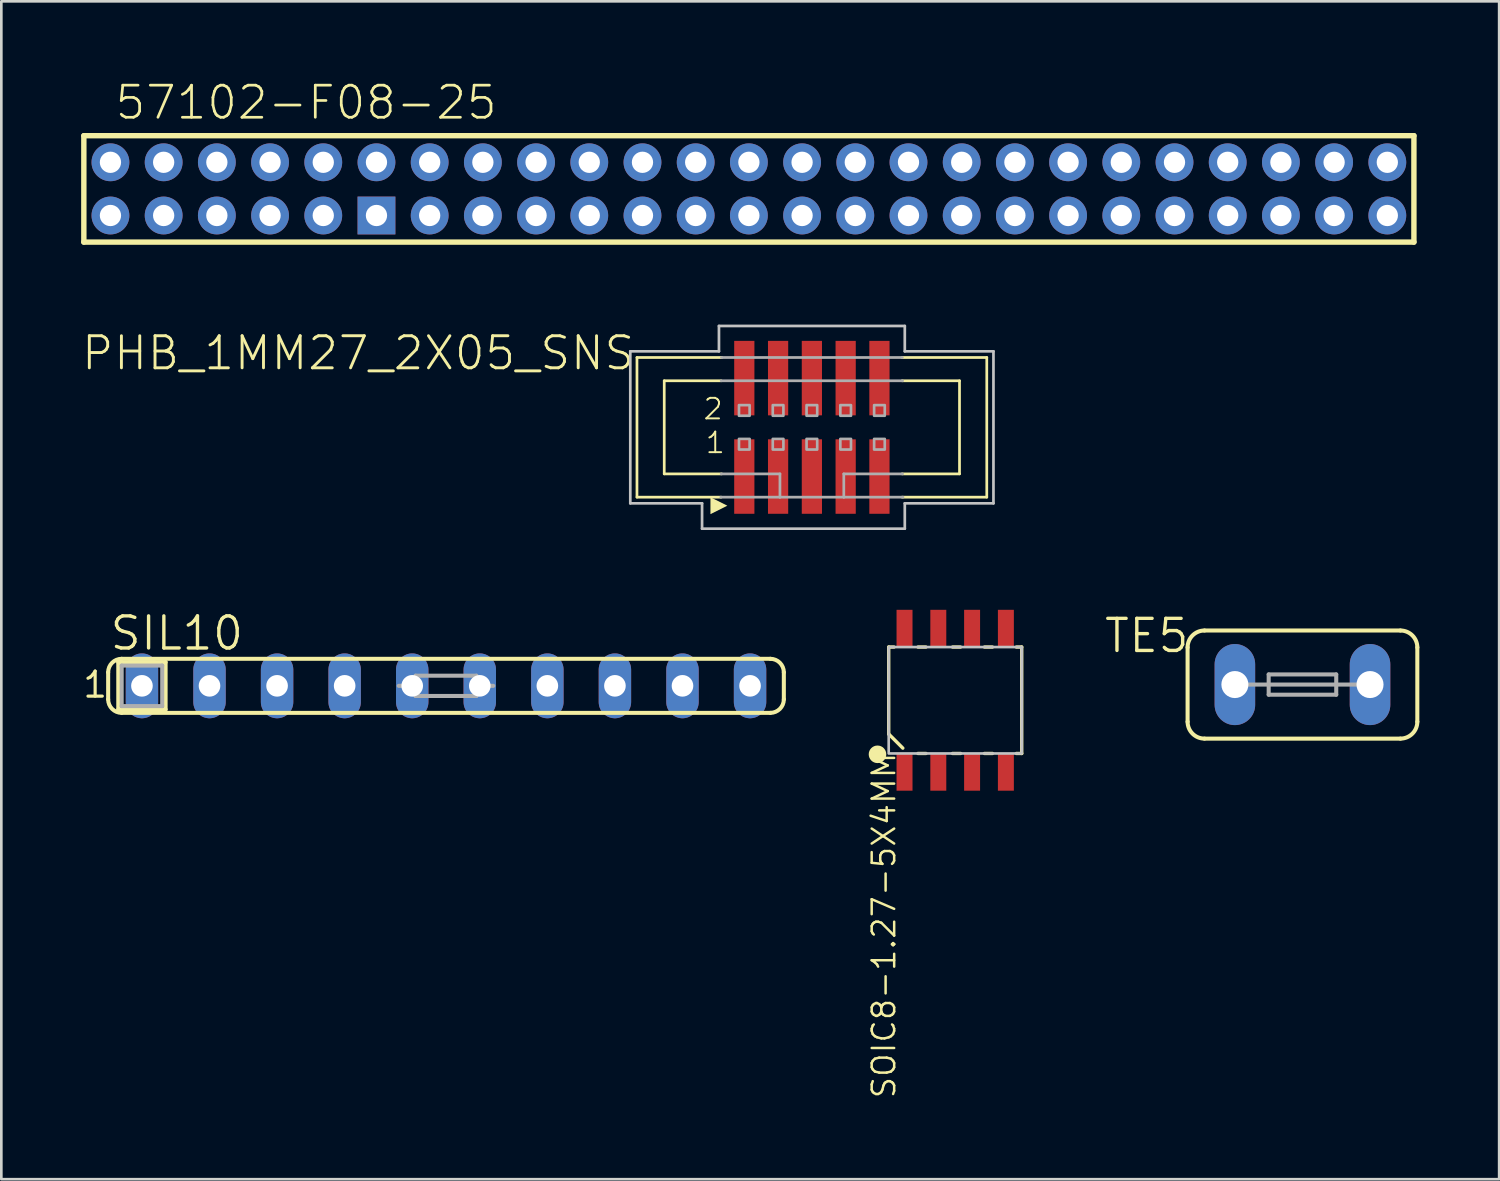
<source format=kicad_pcb>
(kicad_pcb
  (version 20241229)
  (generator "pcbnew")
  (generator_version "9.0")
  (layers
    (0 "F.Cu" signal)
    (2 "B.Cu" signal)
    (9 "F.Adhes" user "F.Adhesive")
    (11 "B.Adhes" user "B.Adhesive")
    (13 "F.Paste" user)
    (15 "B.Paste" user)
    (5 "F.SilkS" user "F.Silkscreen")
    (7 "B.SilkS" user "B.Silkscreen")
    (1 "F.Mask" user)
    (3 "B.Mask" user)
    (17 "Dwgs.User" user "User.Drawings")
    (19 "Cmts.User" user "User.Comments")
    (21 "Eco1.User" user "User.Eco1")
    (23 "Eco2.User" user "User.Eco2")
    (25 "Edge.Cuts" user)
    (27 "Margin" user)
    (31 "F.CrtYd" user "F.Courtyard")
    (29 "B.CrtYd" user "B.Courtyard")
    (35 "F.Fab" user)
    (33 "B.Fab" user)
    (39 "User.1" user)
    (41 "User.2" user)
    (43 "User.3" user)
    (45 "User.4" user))
  (footprint "SIL10"
    (layer "F.Cu")
    (at 13.716 22.732)
    (property "Reference" "SIL10" (at -12.7 -1.27 0) (layer "F.SilkS") (effects (font (size 1.206 1.206) (thickness 0.127)) (justify left bottom)))
    (attr through_hole)
    (fp_line (start -12.7 0.508) (end -12.7 -0.508) (stroke (width 0.152) (type solid)) (layer "F.SilkS"))
    (fp_line (start -12.319 -0.889) (end -10.541 -0.889) (stroke (width 0.152) (type solid)) (layer "F.SilkS"))
    (fp_line (start -12.319 0.889) (end -12.319 -0.889) (stroke (width 0.152) (type solid)) (layer "F.SilkS"))
    (fp_line (start -12.192 1.016) (end 12.192 1.016) (stroke (width 0.152) (type solid)) (layer "F.SilkS"))
    (fp_line (start -10.541 -0.889) (end -10.541 0.889) (stroke (width 0.152) (type solid)) (layer "F.SilkS"))
    (fp_line (start -10.541 0.889) (end -12.319 0.889) (stroke (width 0.152) (type solid)) (layer "F.SilkS"))
    (fp_line (start 12.192 -1.016) (end -12.192 -1.016) (stroke (width 0.152) (type solid)) (layer "F.SilkS"))
    (fp_line (start 12.7 -0.508) (end 12.7 0.508) (stroke (width 0.152) (type solid)) (layer "F.SilkS"))
    (fp_arc (start -12.7 -0.508) (mid -12.55121 -0.86721) (end -12.191999 -1.015999) (stroke (width 0.1524) (type solid)) (layer "F.SilkS"))
    (fp_arc (start -12.191999 1.015999) (mid -12.55121 0.86721) (end -12.7 0.508) (stroke (width 0.1524) (type solid)) (layer "F.SilkS"))
    (fp_arc (start 12.192 -1.016) (mid 12.551211 -0.86721) (end 12.700001 -0.507999) (stroke (width 0.1524) (type solid)) (layer "F.SilkS"))
    (fp_arc (start 12.700001 0.507999) (mid 12.551211 0.86721) (end 12.192 1.016) (stroke (width 0.1524) (type solid)) (layer "F.SilkS"))
    (fp_line (start -12.192 -0.762) (end -10.668 -0.762) (stroke (width 0.152) (type solid)) (layer "F.Fab"))
    (fp_line (start -12.192 0.762) (end -12.192 -0.762) (stroke (width 0.152) (type solid)) (layer "F.Fab"))
    (fp_line (start -10.668 -0.762) (end -10.668 0.762) (stroke (width 0.152) (type solid)) (layer "F.Fab"))
    (fp_line (start -10.668 0.762) (end -12.192 0.762) (stroke (width 0.152) (type solid)) (layer "F.Fab"))
    (fp_line (start -1.778 0) (end -1.143 0) (stroke (width 0.152) (type solid)) (layer "F.Fab"))
    (fp_line (start -1.143 -0.381) (end 1.143 -0.381) (stroke (width 0.152) (type solid)) (layer "F.Fab"))
    (fp_line (start -1.143 0) (end -1.143 -0.381) (stroke (width 0.152) (type solid)) (layer "F.Fab"))
    (fp_line (start -1.143 0.381) (end -1.143 0) (stroke (width 0.152) (type solid)) (layer "F.Fab"))
    (fp_line (start 1.143 -0.381) (end 1.143 0) (stroke (width 0.152) (type solid)) (layer "F.Fab"))
    (fp_line (start 1.143 0) (end 1.143 0.381) (stroke (width 0.152) (type solid)) (layer "F.Fab"))
    (fp_line (start 1.143 0.381) (end -1.143 0.381) (stroke (width 0.152) (type solid)) (layer "F.Fab"))
    (fp_line (start 1.778 0) (end 1.143 0) (stroke (width 0.152) (type solid)) (layer "F.Fab"))
    (fp_text user "1" (at -13.716 0.508 0) (layer "F.SilkS") (effects (font (size 0.941 0.941) (thickness 0.119)) (justify left bottom)))
    (pad "1" thru_hole oval (at -11.43 0 90) (size 2.438 1.219) (drill 0.813) (layers "*.Cu" "*.Mask"))
    (pad "2" thru_hole oval (at -8.89 0 90) (size 2.438 1.219) (drill 0.813) (layers "*.Cu" "*.Mask"))
    (pad "3" thru_hole oval (at -6.35 0 90) (size 2.438 1.219) (drill 0.813) (layers "*.Cu" "*.Mask"))
    (pad "4" thru_hole oval (at -3.81 0 90) (size 2.438 1.219) (drill 0.813) (layers "*.Cu" "*.Mask"))
    (pad "5" thru_hole oval (at -1.27 0 90) (size 2.438 1.219) (drill 0.813) (layers "*.Cu" "*.Mask"))
    (pad "6" thru_hole oval (at 1.27 0 90) (size 2.438 1.219) (drill 0.813) (layers "*.Cu" "*.Mask"))
    (pad "7" thru_hole oval (at 3.81 0 90) (size 2.438 1.219) (drill 0.813) (layers "*.Cu" "*.Mask"))
    (pad "8" thru_hole oval (at 6.35 0 90) (size 2.438 1.219) (drill 0.813) (layers "*.Cu" "*.Mask"))
    (pad "9" thru_hole oval (at 8.89 0 90) (size 2.438 1.219) (drill 0.813) (layers "*.Cu" "*.Mask"))
    (pad "10" thru_hole oval (at 11.43 0 90) (size 2.438 1.219) (drill 0.813) (layers "*.Cu" "*.Mask")))
  (footprint "PHB_1MM27_2X05_SNS"
    (layer "F.Cu")
    (at 27.47 13.014)
    (property "Reference" "PHB_1MM27_2X05_SNS" (at -6.588 -3.495 180) (layer "F.SilkS") (effects (font (size 1.206 1.206) (thickness 0.109)) (justify right top)))
    (attr through_hole)
    (fp_line (start -6.575 -2.625) (end -6.575 2.625) (stroke (width 0.102) (type solid)) (layer "F.SilkS"))
    (fp_line (start -6.575 2.625) (end -3.41 2.625) (stroke (width 0.102) (type solid)) (layer "F.SilkS"))
    (fp_line (start -5.55 -1.75) (end -5.55 1.75) (stroke (width 0.102) (type solid)) (layer "F.SilkS"))
    (fp_line (start -5.55 1.75) (end -3.39 1.75) (stroke (width 0.102) (type solid)) (layer "F.SilkS"))
    (fp_line (start -3.41 -1.75) (end -5.55 -1.75) (stroke (width 0.102) (type solid)) (layer "F.SilkS"))
    (fp_line (start -3.385 -2.625) (end -6.575 -2.625) (stroke (width 0.102) (type solid)) (layer "F.SilkS"))
    (fp_line (start 3.39 1.75) (end 5.55 1.75) (stroke (width 0.102) (type solid)) (layer "F.SilkS"))
    (fp_line (start 3.39 2.625) (end 6.575 2.625) (stroke (width 0.102) (type solid)) (layer "F.SilkS"))
    (fp_line (start 5.55 -1.75) (end 3.39 -1.75) (stroke (width 0.102) (type solid)) (layer "F.SilkS"))
    (fp_line (start 5.55 1.75) (end 5.55 -1.75) (stroke (width 0.102) (type solid)) (layer "F.SilkS"))
    (fp_line (start 6.575 -2.625) (end 3.385 -2.625) (stroke (width 0.102) (type solid)) (layer "F.SilkS"))
    (fp_line (start 6.575 2.625) (end 6.575 -2.625) (stroke (width 0.102) (type solid)) (layer "F.SilkS"))
    (fp_poly (pts (xy -3.178 2.946) (xy -3.813 2.629) (xy -3.813 3.264)) (stroke (width 0) (type solid)) (fill yes) (layer "F.SilkS"))
    (fp_line (start -6.826 -2.857) (end -3.493 -2.857) (stroke (width 0.102) (type solid)) (layer "Dwgs.User"))
    (fp_line (start -6.826 2.857) (end -6.826 -2.857) (stroke (width 0.102) (type solid)) (layer "Dwgs.User"))
    (fp_line (start -4.128 2.857) (end -6.826 2.857) (stroke (width 0.102) (type solid)) (layer "Dwgs.User"))
    (fp_line (start -4.128 3.81) (end -4.128 2.857) (stroke (width 0.102) (type solid)) (layer "Dwgs.User"))
    (fp_line (start -3.493 -3.81) (end 3.493 -3.81) (stroke (width 0.102) (type solid)) (layer "Dwgs.User"))
    (fp_line (start -3.493 -2.857) (end -3.493 -3.81) (stroke (width 0.102) (type solid)) (layer "Dwgs.User"))
    (fp_line (start 3.493 -3.81) (end 3.493 -2.857) (stroke (width 0.102) (type solid)) (layer "Dwgs.User"))
    (fp_line (start 3.493 -2.857) (end 6.826 -2.857) (stroke (width 0.102) (type solid)) (layer "Dwgs.User"))
    (fp_line (start 3.493 2.857) (end 3.493 3.81) (stroke (width 0.102) (type solid)) (layer "Dwgs.User"))
    (fp_line (start 3.493 3.81) (end -4.128 3.81) (stroke (width 0.102) (type solid)) (layer "Dwgs.User"))
    (fp_line (start 6.826 -2.857) (end 6.826 2.857) (stroke (width 0.102) (type solid)) (layer "Dwgs.User"))
    (fp_line (start 6.826 2.857) (end 3.493 2.857) (stroke (width 0.102) (type solid)) (layer "Dwgs.User"))
    (fp_line (start -3.425 2.625) (end -1.2 2.625) (stroke (width 0.102) (type solid)) (layer "F.Fab"))
    (fp_line (start -3.41 1.75) (end -1.2 1.75) (stroke (width 0.102) (type solid)) (layer "F.Fab"))
    (fp_line (start -1.2 1.75) (end -1.2 2.625) (stroke (width 0.102) (type solid)) (layer "F.Fab"))
    (fp_line (start -1.2 2.625) (end 1.2 2.625) (stroke (width 0.102) (type solid)) (layer "F.Fab"))
    (fp_line (start 1.2 1.75) (end 3.41 1.75) (stroke (width 0.102) (type solid)) (layer "F.Fab"))
    (fp_line (start 1.2 2.625) (end 1.2 1.75) (stroke (width 0.102) (type solid)) (layer "F.Fab"))
    (fp_line (start 1.2 2.625) (end 3.425 2.625) (stroke (width 0.102) (type solid)) (layer "F.Fab"))
    (fp_line (start 3.4 -2.625) (end -3.4 -2.625) (stroke (width 0.102) (type solid)) (layer "F.Fab"))
    (fp_line (start 3.41 -1.75) (end -3.41 -1.75) (stroke (width 0.102) (type solid)) (layer "F.Fab"))
    (fp_poly (pts (xy -2.74 -0.435) (xy -2.34 -0.435) (xy -2.34 -0.835) (xy -2.74 -0.835)) (stroke (width 0.1) (type solid)) (fill no) (layer "F.Fab"))
    (fp_poly (pts (xy -2.74 0.835) (xy -2.34 0.835) (xy -2.34 0.435) (xy -2.74 0.435)) (stroke (width 0.1) (type solid)) (fill no) (layer "F.Fab"))
    (fp_poly (pts (xy -1.47 -0.435) (xy -1.07 -0.435) (xy -1.07 -0.835) (xy -1.47 -0.835)) (stroke (width 0.1) (type solid)) (fill no) (layer "F.Fab"))
    (fp_poly (pts (xy -1.47 0.835) (xy -1.07 0.835) (xy -1.07 0.435) (xy -1.47 0.435)) (stroke (width 0.1) (type solid)) (fill no) (layer "F.Fab"))
    (fp_poly (pts (xy -0.2 -0.435) (xy 0.2 -0.435) (xy 0.2 -0.835) (xy -0.2 -0.835)) (stroke (width 0.1) (type solid)) (fill no) (layer "F.Fab"))
    (fp_poly (pts (xy -0.2 0.835) (xy 0.2 0.835) (xy 0.2 0.435) (xy -0.2 0.435)) (stroke (width 0.1) (type solid)) (fill no) (layer "F.Fab"))
    (fp_poly (pts (xy 1.07 -0.435) (xy 1.47 -0.435) (xy 1.47 -0.835) (xy 1.07 -0.835)) (stroke (width 0.1) (type solid)) (fill no) (layer "F.Fab"))
    (fp_poly (pts (xy 1.07 0.835) (xy 1.47 0.835) (xy 1.47 0.435) (xy 1.07 0.435)) (stroke (width 0.1) (type solid)) (fill no) (layer "F.Fab"))
    (fp_poly (pts (xy 2.34 -0.435) (xy 2.74 -0.435) (xy 2.74 -0.835) (xy 2.34 -0.835)) (stroke (width 0.1) (type solid)) (fill no) (layer "F.Fab"))
    (fp_poly (pts (xy 2.34 0.835) (xy 2.74 0.835) (xy 2.74 0.435) (xy 2.34 0.435)) (stroke (width 0.1) (type solid)) (fill no) (layer "F.Fab"))
    (fp_text user "2" (at -4.128 -0.238 0) (layer "F.SilkS") (effects (font (size 0.772 0.772) (thickness 0.073)) (justify left bottom)))
    (fp_text user "1" (at -4.048 1.032 0) (layer "F.SilkS") (effects (font (size 0.772 0.772) (thickness 0.073)) (justify left bottom)))
    (pad "1" smd rect (at -2.54 1.85) (size 0.76 2.8) (layers "F.Cu" "F.Mask" "F.Paste"))
    (pad "2" smd rect (at -2.54 -1.85) (size 0.76 2.8) (layers "F.Cu" "F.Mask" "F.Paste"))
    (pad "3" smd rect (at -1.27 1.85) (size 0.76 2.8) (layers "F.Cu" "F.Mask" "F.Paste"))
    (pad "4" smd rect (at -1.27 -1.85) (size 0.76 2.8) (layers "F.Cu" "F.Mask" "F.Paste"))
    (pad "5" smd rect (at 0 1.85) (size 0.76 2.8) (layers "F.Cu" "F.Mask" "F.Paste"))
    (pad "6" smd rect (at 0 -1.85) (size 0.76 2.8) (layers "F.Cu" "F.Mask" "F.Paste"))
    (pad "7" smd rect (at 1.27 1.85) (size 0.76 2.8) (layers "F.Cu" "F.Mask" "F.Paste"))
    (pad "8" smd rect (at 1.27 -1.85) (size 0.76 2.8) (layers "F.Cu" "F.Mask" "F.Paste"))
    (pad "9" smd rect (at 2.54 1.85) (size 0.76 2.8) (layers "F.Cu" "F.Mask" "F.Paste"))
    (pad "10" smd rect (at 2.54 -1.85) (size 0.76 2.8) (layers "F.Cu" "F.Mask" "F.Paste")))
  (footprint "TE5"
    (layer "F.Cu")
    (at 45.912 22.684)
    (property "Reference" "TE5" (at -4.191 -2.54 0) (layer "F.SilkS") (effects (font (size 1.206 1.206) (thickness 0.127)) (justify right top)))
    (attr through_hole)
    (fp_line (start -4.318 -1.397) (end -4.318 1.397) (stroke (width 0.152) (type solid)) (layer "F.SilkS"))
    (fp_line (start -3.683 2.032) (end 3.683 2.032) (stroke (width 0.152) (type solid)) (layer "F.SilkS"))
    (fp_line (start 3.683 -2.032) (end -3.683 -2.032) (stroke (width 0.152) (type solid)) (layer "F.SilkS"))
    (fp_line (start 4.318 1.397) (end 4.318 -1.397) (stroke (width 0.152) (type solid)) (layer "F.SilkS"))
    (fp_arc (start -4.318 -1.397) (mid -4.132013 -1.846013) (end -3.683 -2.032) (stroke (width 0.1524) (type solid)) (layer "F.SilkS"))
    (fp_arc (start -3.683 2.032) (mid -4.132013 1.846013) (end -4.318 1.397) (stroke (width 0.1524) (type solid)) (layer "F.SilkS"))
    (fp_arc (start 3.683 -2.032) (mid 4.132013 -1.846013) (end 4.318 -1.397) (stroke (width 0.1524) (type solid)) (layer "F.SilkS"))
    (fp_arc (start 4.318 1.397) (mid 4.132013 1.846013) (end 3.683 2.032) (stroke (width 0.1524) (type solid)) (layer "F.SilkS"))
    (fp_line (start -2.159 0) (end 2.159 0) (stroke (width 0.152) (type solid)) (layer "F.Fab"))
    (fp_line (start -1.27 -0.381) (end -1.27 0.381) (stroke (width 0.152) (type solid)) (layer "F.Fab"))
    (fp_line (start -1.27 0.381) (end 1.27 0.381) (stroke (width 0.152) (type solid)) (layer "F.Fab"))
    (fp_line (start 1.27 -0.381) (end -1.27 -0.381) (stroke (width 0.152) (type solid)) (layer "F.Fab"))
    (fp_line (start 1.27 -0.381) (end 1.27 0.381) (stroke (width 0.152) (type solid)) (layer "F.Fab"))
    (pad "1" thru_hole oval (at -2.54 0 90) (size 3.048 1.524) (drill 1.016) (layers "*.Cu" "*.Mask"))
    (pad "2" thru_hole oval (at 2.54 0 90) (size 3.048 1.524) (drill 1.016) (layers "*.Cu" "*.Mask")))
  (footprint "57102-F08-25"
    (layer "F.Cu")
    (at 10.102 4.051)
    (property "Reference" "57102-F08-25" (at -8.89 -2.54 0) (layer "F.SilkS") (effects (font (size 1.206 1.206) (thickness 0.102)) (justify left bottom)))
    (attr through_hole)
    (fp_line (start -10 -2) (end 40 -2) (stroke (width 0.203) (type solid)) (layer "F.SilkS"))
    (fp_line (start -10 2) (end -10 -2) (stroke (width 0.203) (type solid)) (layer "F.SilkS"))
    (fp_line (start 40 -2) (end 40 2) (stroke (width 0.203) (type solid)) (layer "F.SilkS"))
    (fp_line (start 40 2) (end -10 2) (stroke (width 0.203) (type solid)) (layer "F.SilkS"))
    (pad "1P" thru_hole rect (at 1 1) (size 1.422 1.422) (drill 0.8) (layers "*.Cu" "*.Mask"))
    (pad "2P" thru_hole circle (at 1 -1) (size 1.422 1.422) (drill 0.8) (layers "*.Cu" "*.Mask"))
    (pad "3P" thru_hole circle (at 3 1) (size 1.422 1.422) (drill 0.8) (layers "*.Cu" "*.Mask"))
    (pad "4P" thru_hole circle (at 3 -1) (size 1.422 1.422) (drill 0.8) (layers "*.Cu" "*.Mask"))
    (pad "5P" thru_hole circle (at 5 1) (size 1.422 1.422) (drill 0.8) (layers "*.Cu" "*.Mask"))
    (pad "6P" thru_hole circle (at 5 -1) (size 1.422 1.422) (drill 0.8) (layers "*.Cu" "*.Mask"))
    (pad "7P" thru_hole circle (at 7 1) (size 1.422 1.422) (drill 0.8) (layers "*.Cu" "*.Mask"))
    (pad "8P" thru_hole circle (at 7 -1) (size 1.422 1.422) (drill 0.8) (layers "*.Cu" "*.Mask"))
    (pad "9P" thru_hole circle (at 9 1) (size 1.422 1.422) (drill 0.8) (layers "*.Cu" "*.Mask"))
    (pad "10P" thru_hole circle (at 9 -1) (size 1.422 1.422) (drill 0.8) (layers "*.Cu" "*.Mask"))
    (pad "11P" thru_hole circle (at 11 1) (size 1.422 1.422) (drill 0.8) (layers "*.Cu" "*.Mask"))
    (pad "12P" thru_hole circle (at 11 -1) (size 1.422 1.422) (drill 0.8) (layers "*.Cu" "*.Mask"))
    (pad "13P" thru_hole circle (at 13 1) (size 1.422 1.422) (drill 0.8) (layers "*.Cu" "*.Mask"))
    (pad "14P" thru_hole circle (at 13 -1) (size 1.422 1.422) (drill 0.8) (layers "*.Cu" "*.Mask"))
    (pad "15P" thru_hole circle (at 15 1) (size 1.422 1.422) (drill 0.8) (layers "*.Cu" "*.Mask"))
    (pad "16P" thru_hole circle (at 15 -1) (size 1.422 1.422) (drill 0.8) (layers "*.Cu" "*.Mask"))
    (pad "17P" thru_hole circle (at 17 1) (size 1.422 1.422) (drill 0.8) (layers "*.Cu" "*.Mask"))
    (pad "18P" thru_hole circle (at 17 -1) (size 1.422 1.422) (drill 0.8) (layers "*.Cu" "*.Mask"))
    (pad "19P" thru_hole circle (at 19 1) (size 1.422 1.422) (drill 0.8) (layers "*.Cu" "*.Mask"))
    (pad "20P" thru_hole circle (at 19 -1) (size 1.422 1.422) (drill 0.8) (layers "*.Cu" "*.Mask"))
    (pad "21P" thru_hole circle (at 21 1) (size 1.422 1.422) (drill 0.8) (layers "*.Cu" "*.Mask"))
    (pad "22P" thru_hole circle (at 21 -1) (size 1.422 1.422) (drill 0.8) (layers "*.Cu" "*.Mask"))
    (pad "23P" thru_hole circle (at 23 1) (size 1.422 1.422) (drill 0.8) (layers "*.Cu" "*.Mask"))
    (pad "24P" thru_hole circle (at 23 -1) (size 1.422 1.422) (drill 0.8) (layers "*.Cu" "*.Mask"))
    (pad "25P" thru_hole circle (at 25 1) (size 1.422 1.422) (drill 0.8) (layers "*.Cu" "*.Mask"))
    (pad "26P" thru_hole circle (at 25 -1) (size 1.422 1.422) (drill 0.8) (layers "*.Cu" "*.Mask"))
    (pad "27P" thru_hole circle (at 27 1) (size 1.422 1.422) (drill 0.8) (layers "*.Cu" "*.Mask"))
    (pad "28P" thru_hole circle (at 27 -1) (size 1.422 1.422) (drill 0.8) (layers "*.Cu" "*.Mask"))
    (pad "29P" thru_hole circle (at 29 1) (size 1.422 1.422) (drill 0.8) (layers "*.Cu" "*.Mask"))
    (pad "30P" thru_hole circle (at 29 -1) (size 1.422 1.422) (drill 0.8) (layers "*.Cu" "*.Mask"))
    (pad "31P" thru_hole circle (at 31 1) (size 1.422 1.422) (drill 0.8) (layers "*.Cu" "*.Mask"))
    (pad "32P" thru_hole circle (at 31 -1) (size 1.422 1.422) (drill 0.8) (layers "*.Cu" "*.Mask"))
    (pad "33P" thru_hole circle (at 33 1) (size 1.422 1.422) (drill 0.8) (layers "*.Cu" "*.Mask"))
    (pad "34P" thru_hole circle (at 33 -1) (size 1.422 1.422) (drill 0.8) (layers "*.Cu" "*.Mask"))
    (pad "35P" thru_hole circle (at 35 1) (size 1.422 1.422) (drill 0.8) (layers "*.Cu" "*.Mask"))
    (pad "36P" thru_hole circle (at 35 -1) (size 1.422 1.422) (drill 0.8) (layers "*.Cu" "*.Mask"))
    (pad "37P" thru_hole circle (at 37 1) (size 1.422 1.422) (drill 0.8) (layers "*.Cu" "*.Mask"))
    (pad "38P" thru_hole circle (at 37 -1) (size 1.422 1.422) (drill 0.8) (layers "*.Cu" "*.Mask"))
    (pad "39P" thru_hole circle (at 39 1) (size 1.422 1.422) (drill 0.8) (layers "*.Cu" "*.Mask"))
    (pad "40P" thru_hole circle (at 39 -1) (size 1.422 1.422) (drill 0.8) (layers "*.Cu" "*.Mask"))
    (pad "A1" thru_hole circle (at -1 1) (size 1.422 1.422) (drill 0.8) (layers "*.Cu" "*.Mask"))
    (pad "A2" thru_hole circle (at -1 -1) (size 1.422 1.422) (drill 0.8) (layers "*.Cu" "*.Mask"))
    (pad "B1" thru_hole circle (at -3 1) (size 1.422 1.422) (drill 0.8) (layers "*.Cu" "*.Mask"))
    (pad "B2" thru_hole circle (at -3 -1) (size 1.422 1.422) (drill 0.8) (layers "*.Cu" "*.Mask"))
    (pad "C1" thru_hole circle (at -5 1) (size 1.422 1.422) (drill 0.8) (layers "*.Cu" "*.Mask"))
    (pad "C2" thru_hole circle (at -5 -1) (size 1.422 1.422) (drill 0.8) (layers "*.Cu" "*.Mask"))
    (pad "D1" thru_hole circle (at -7 1) (size 1.422 1.422) (drill 0.8) (layers "*.Cu" "*.Mask"))
    (pad "D2" thru_hole circle (at -7 -1) (size 1.422 1.422) (drill 0.8) (layers "*.Cu" "*.Mask"))
    (pad "E1" thru_hole circle (at -9 1) (size 1.422 1.422) (drill 0.8) (layers "*.Cu" "*.Mask"))
    (pad "E2" thru_hole circle (at -9 -1) (size 1.422 1.422) (drill 0.8) (layers "*.Cu" "*.Mask")))
  (footprint "SOIC8-1.27-5X4MM"
    (layer "F.Cu")
    (at 32.858 23.274)
    (property "Reference" "SOIC8-1.27-5X4MM" (at -3.175 1.905 270) (layer "F.SilkS") (effects (font (size 0.845 0.845) (thickness 0.093)) (justify right top)))
    (attr through_hole)
    (fp_line (start -2.5 -2) (end -2.3 -2) (stroke (width 0.127) (type solid)) (layer "F.SilkS"))
    (fp_line (start -2.5 1.269) (end -2.5 -2) (stroke (width 0.127) (type solid)) (layer "F.SilkS"))
    (fp_line (start -1.969 1.8) (end -2.5 1.269) (stroke (width 0.127) (type solid)) (layer "F.SilkS"))
    (fp_line (start -1.4 -2) (end -1.1 -2) (stroke (width 0.127) (type solid)) (layer "F.SilkS"))
    (fp_line (start -1.4 2) (end -1.1 2) (stroke (width 0.127) (type solid)) (layer "F.SilkS"))
    (fp_line (start -0.1 -2) (end 0.2 -2) (stroke (width 0.127) (type solid)) (layer "F.SilkS"))
    (fp_line (start -0.1 2) (end 0.2 2) (stroke (width 0.127) (type solid)) (layer "F.SilkS"))
    (fp_line (start 1.1 -2) (end 1.4 -2) (stroke (width 0.127) (type solid)) (layer "F.SilkS"))
    (fp_line (start 1.1 2) (end 1.4 2) (stroke (width 0.127) (type solid)) (layer "F.SilkS"))
    (fp_line (start 2.3 -2) (end 2.5 -2) (stroke (width 0.127) (type solid)) (layer "F.SilkS"))
    (fp_line (start 2.3 2) (end 2.5 2) (stroke (width 0.127) (type solid)) (layer "F.SilkS"))
    (fp_line (start 2.5 -2) (end 2.5 2) (stroke (width 0.127) (type solid)) (layer "F.SilkS"))
    (fp_circle (center -2.921 2.032) (end -2.591 2.032) (stroke (width 0) (type solid)) (fill yes) (layer "F.SilkS"))
    (fp_poly (pts (xy -2.5 2) (xy 2.5 2) (xy 2.5 -2) (xy -2.5 -2)) (stroke (width 0.1) (type solid)) (fill no) (layer "Dwgs.User"))
    (pad "1" smd rect (at -1.905 2.7 90) (size 1.4 0.6) (layers "F.Cu" "F.Mask" "F.Paste"))
    (pad "2" smd rect (at -0.635 2.7 90) (size 1.4 0.6) (layers "F.Cu" "F.Mask" "F.Paste"))
    (pad "3" smd rect (at 0.635 2.7 90) (size 1.4 0.6) (layers "F.Cu" "F.Mask" "F.Paste"))
    (pad "4" smd rect (at 1.905 2.7 90) (size 1.4 0.6) (layers "F.Cu" "F.Mask" "F.Paste"))
    (pad "5" smd rect (at 1.905 -2.7 90) (size 1.4 0.6) (layers "F.Cu" "F.Mask" "F.Paste"))
    (pad "6" smd rect (at 0.635 -2.7 90) (size 1.4 0.6) (layers "F.Cu" "F.Mask" "F.Paste"))
    (pad "7" smd rect (at -0.635 -2.7 90) (size 1.4 0.6) (layers "F.Cu" "F.Mask" "F.Paste"))
    (pad "8" smd rect (at -1.905 -2.7 90) (size 1.4 0.6) (layers "F.Cu" "F.Mask" "F.Paste")))
  (gr_rect
    (start -3 -3)
    (end 53.306 41.279)
    (stroke (width 0.1) (type default))
    (fill no)
    (layer "Edge.Cuts")))
</source>
